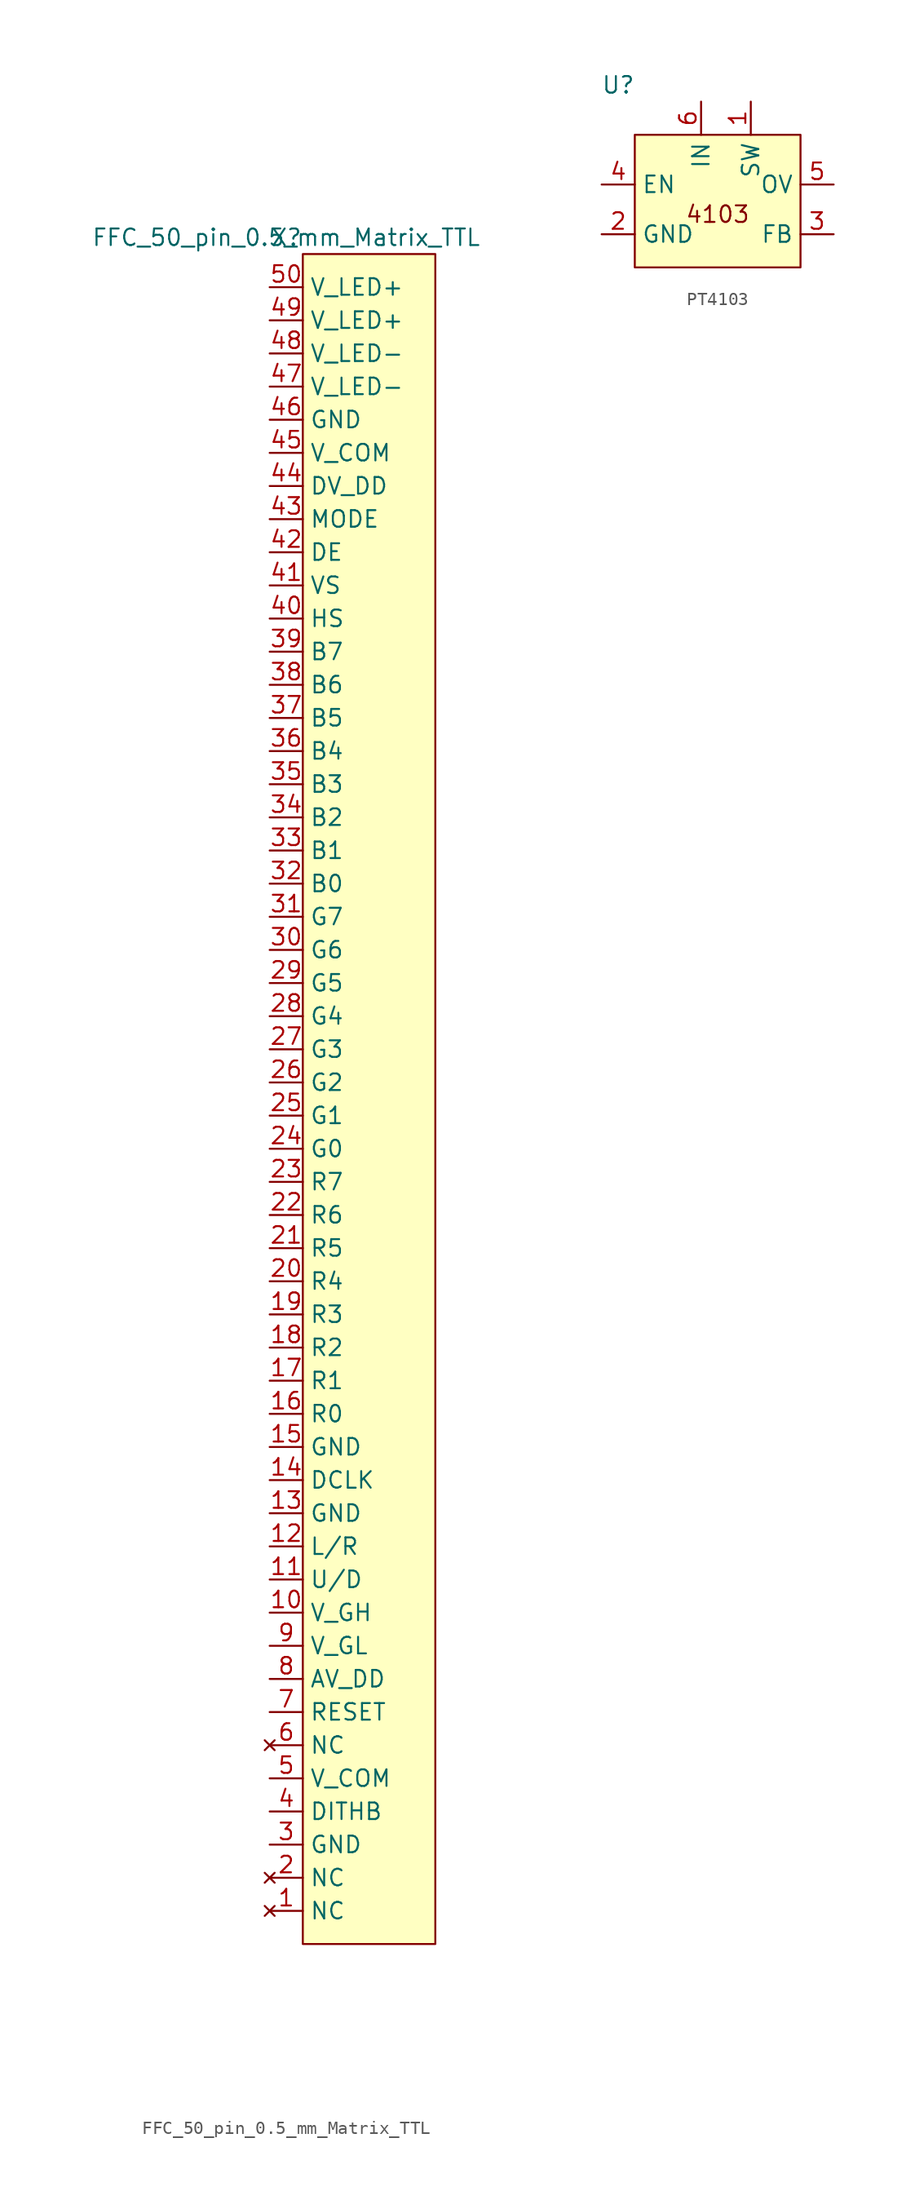
<source format=kicad_sym>
(kicad_symbol_lib
  (version 20220914)
  (generator kicad_symbol_editor)
  (symbol "FFC_50_pin_0.5_mm_Matrix_TTL"
    (property "Reference" "X"
      (at 20.32 -2.54 0)
      (effects (font (size 1.27 1.27))))
    (property "Value" "FFC_50_pin_0.5_mm_Matrix_TTL"
      (at 20.32 -2.54 0)
      (effects (font (size 1.27 1.27))))
    (symbol "FFC_50_pin_0.5_mm_Matrix_TTL_1_1"
      (rectangle (start 21.59 -3.81) (end 31.75 -133.35) (stroke (width 0) (type default)) (fill (type background)))
      (pin no_connect line (at 19.05 -130.81 0) (length 2.54) (name "NC" (effects (font (size 1.27 1.27)))) (number "1" (effects (font (size 1.27 1.27)))))
      (pin power_in line (at 19.05 -107.95 0) (length 2.54) (name "V_GH" (effects (font (size 1.27 1.27)))) (number "10" (effects (font (size 1.27 1.27)))))
      (pin output line (at 19.05 -105.41 0) (length 2.54) (name "U/D" (effects (font (size 1.27 1.27)))) (number "11" (effects (font (size 1.27 1.27)))))
      (pin output line (at 19.05 -102.87 0) (length 2.54) (name "L/R" (effects (font (size 1.27 1.27)))) (number "12" (effects (font (size 1.27 1.27)))))
      (pin power_in line (at 19.05 -100.33 0) (length 2.54) (name "GND" (effects (font (size 1.27 1.27)))) (number "13" (effects (font (size 1.27 1.27)))))
      (pin output line (at 19.05 -97.79 0) (length 2.54) (name "DCLK" (effects (font (size 1.27 1.27)))) (number "14" (effects (font (size 1.27 1.27)))))
      (pin power_in line (at 19.05 -95.25 0) (length 2.54) (name "GND" (effects (font (size 1.27 1.27)))) (number "15" (effects (font (size 1.27 1.27)))))
      (pin output line (at 19.05 -92.71 0) (length 2.54) (name "R0" (effects (font (size 1.27 1.27)))) (number "16" (effects (font (size 1.27 1.27)))))
      (pin output line (at 19.05 -90.17 0) (length 2.54) (name "R1" (effects (font (size 1.27 1.27)))) (number "17" (effects (font (size 1.27 1.27)))))
      (pin output line (at 19.05 -87.63 0) (length 2.54) (name "R2" (effects (font (size 1.27 1.27)))) (number "18" (effects (font (size 1.27 1.27)))))
      (pin output line (at 19.05 -85.09 0) (length 2.54) (name "R3" (effects (font (size 1.27 1.27)))) (number "19" (effects (font (size 1.27 1.27)))))
      (pin no_connect line (at 19.05 -128.27 0) (length 2.54) (name "NC" (effects (font (size 1.27 1.27)))) (number "2" (effects (font (size 1.27 1.27)))))
      (pin output line (at 19.05 -82.55 0) (length 2.54) (name "R4" (effects (font (size 1.27 1.27)))) (number "20" (effects (font (size 1.27 1.27)))))
      (pin output line (at 19.05 -80.01 0) (length 2.54) (name "R5" (effects (font (size 1.27 1.27)))) (number "21" (effects (font (size 1.27 1.27)))))
      (pin output line (at 19.05 -77.47 0) (length 2.54) (name "R6" (effects (font (size 1.27 1.27)))) (number "22" (effects (font (size 1.27 1.27)))))
      (pin output line (at 19.05 -74.93 0) (length 2.54) (name "R7" (effects (font (size 1.27 1.27)))) (number "23" (effects (font (size 1.27 1.27)))))
      (pin output line (at 19.05 -72.39 0) (length 2.54) (name "G0" (effects (font (size 1.27 1.27)))) (number "24" (effects (font (size 1.27 1.27)))))
      (pin output line (at 19.05 -69.85 0) (length 2.54) (name "G1" (effects (font (size 1.27 1.27)))) (number "25" (effects (font (size 1.27 1.27)))))
      (pin output line (at 19.05 -67.31 0) (length 2.54) (name "G2" (effects (font (size 1.27 1.27)))) (number "26" (effects (font (size 1.27 1.27)))))
      (pin output line (at 19.05 -64.77 0) (length 2.54) (name "G3" (effects (font (size 1.27 1.27)))) (number "27" (effects (font (size 1.27 1.27)))))
      (pin output line (at 19.05 -62.23 0) (length 2.54) (name "G4" (effects (font (size 1.27 1.27)))) (number "28" (effects (font (size 1.27 1.27)))))
      (pin output line (at 19.05 -59.69 0) (length 2.54) (name "G5" (effects (font (size 1.27 1.27)))) (number "29" (effects (font (size 1.27 1.27)))))
      (pin power_in line (at 19.05 -125.73 0) (length 2.54) (name "GND" (effects (font (size 1.27 1.27)))) (number "3" (effects (font (size 1.27 1.27)))))
      (pin output line (at 19.05 -57.15 0) (length 2.54) (name "G6" (effects (font (size 1.27 1.27)))) (number "30" (effects (font (size 1.27 1.27)))))
      (pin output line (at 19.05 -54.61 0) (length 2.54) (name "G7" (effects (font (size 1.27 1.27)))) (number "31" (effects (font (size 1.27 1.27)))))
      (pin output line (at 19.05 -52.07 0) (length 2.54) (name "B0" (effects (font (size 1.27 1.27)))) (number "32" (effects (font (size 1.27 1.27)))))
      (pin output line (at 19.05 -49.53 0) (length 2.54) (name "B1" (effects (font (size 1.27 1.27)))) (number "33" (effects (font (size 1.27 1.27)))))
      (pin output line (at 19.05 -46.99 0) (length 2.54) (name "B2" (effects (font (size 1.27 1.27)))) (number "34" (effects (font (size 1.27 1.27)))))
      (pin output line (at 19.05 -44.45 0) (length 2.54) (name "B3" (effects (font (size 1.27 1.27)))) (number "35" (effects (font (size 1.27 1.27)))))
      (pin output line (at 19.05 -41.91 0) (length 2.54) (name "B4" (effects (font (size 1.27 1.27)))) (number "36" (effects (font (size 1.27 1.27)))))
      (pin output line (at 19.05 -39.37 0) (length 2.54) (name "B5" (effects (font (size 1.27 1.27)))) (number "37" (effects (font (size 1.27 1.27)))))
      (pin output line (at 19.05 -36.83 0) (length 2.54) (name "B6" (effects (font (size 1.27 1.27)))) (number "38" (effects (font (size 1.27 1.27)))))
      (pin output line (at 19.05 -34.29 0) (length 2.54) (name "B7" (effects (font (size 1.27 1.27)))) (number "39" (effects (font (size 1.27 1.27)))))
      (pin power_in line (at 19.05 -123.19 0) (length 2.54) (name "DITHB" (effects (font (size 1.27 1.27)))) (number "4" (effects (font (size 1.27 1.27)))))
      (pin output line (at 19.05 -31.75 0) (length 2.54) (name "HS" (effects (font (size 1.27 1.27)))) (number "40" (effects (font (size 1.27 1.27)))))
      (pin output line (at 19.05 -29.21 0) (length 2.54) (name "VS" (effects (font (size 1.27 1.27)))) (number "41" (effects (font (size 1.27 1.27)))))
      (pin output line (at 19.05 -26.67 0) (length 2.54) (name "DE" (effects (font (size 1.27 1.27)))) (number "42" (effects (font (size 1.27 1.27)))))
      (pin output line (at 19.05 -24.13 0) (length 2.54) (name "MODE" (effects (font (size 1.27 1.27)))) (number "43" (effects (font (size 1.27 1.27)))))
      (pin power_in line (at 19.05 -21.59 0) (length 2.54) (name "DV_DD" (effects (font (size 1.27 1.27)))) (number "44" (effects (font (size 1.27 1.27)))))
      (pin power_in line (at 19.05 -19.05 0) (length 2.54) (name "V_COM" (effects (font (size 1.27 1.27)))) (number "45" (effects (font (size 1.27 1.27)))))
      (pin power_in line (at 19.05 -16.51 0) (length 2.54) (name "GND" (effects (font (size 1.27 1.27)))) (number "46" (effects (font (size 1.27 1.27)))))
      (pin power_in line (at 19.05 -13.97 0) (length 2.54) (name "V_LED-" (effects (font (size 1.27 1.27)))) (number "47" (effects (font (size 1.27 1.27)))))
      (pin power_in line (at 19.05 -11.43 0) (length 2.54) (name "V_LED-" (effects (font (size 1.27 1.27)))) (number "48" (effects (font (size 1.27 1.27)))))
      (pin power_in line (at 19.05 -8.89 0) (length 2.54) (name "V_LED+" (effects (font (size 1.27 1.27)))) (number "49" (effects (font (size 1.27 1.27)))))
      (pin power_in line (at 19.05 -120.65 0) (length 2.54) (name "V_COM" (effects (font (size 1.27 1.27)))) (number "5" (effects (font (size 1.27 1.27)))))
      (pin power_in line (at 19.05 -6.35 0) (length 2.54) (name "V_LED+" (effects (font (size 1.27 1.27)))) (number "50" (effects (font (size 1.27 1.27)))))
      (pin no_connect line (at 19.05 -118.11 0) (length 2.54) (name "NC" (effects (font (size 1.27 1.27)))) (number "6" (effects (font (size 1.27 1.27)))))
      (pin output line (at 19.05 -115.57 0) (length 2.54) (name "RESET" (effects (font (size 1.27 1.27)))) (number "7" (effects (font (size 1.27 1.27)))))
      (pin power_in line (at 19.05 -113.03 0) (length 2.54) (name "AV_DD" (effects (font (size 1.27 1.27)))) (number "8" (effects (font (size 1.27 1.27)))))
      (pin power_in line (at 19.05 -110.49 0) (length 2.54) (name "V_GL" (effects (font (size 1.27 1.27)))) (number "9" (effects (font (size 1.27 1.27)))))))
  (symbol "PT4103"
    (property "Reference" "U"
      (at 1.27 1.27 0)
      (effects (font (size 1.27 1.27))))
    (property "Value" ""
      (at 8.89 -0.508 0)
      (effects (font (size 1.27 1.27))))
    (symbol "PT4103_1_1"
      (rectangle (start 2.54 -2.54) (end 15.24 -12.7) (stroke (width 0) (type default)) (fill (type background)))
      (text "4103" (at 8.89 -8.636 0) (effects (font (size 1.27 1.27))))
      (pin output line (at 11.43 0 270) (length 2.54) (name "SW" (effects (font (size 1.27 1.27)))) (number "1" (effects (font (size 1.27 1.27)))))
      (pin power_in line (at 0 -10.16 0) (length 2.54) (name "GND" (effects (font (size 1.27 1.27)))) (number "2" (effects (font (size 1.27 1.27)))))
      (pin input line (at 17.78 -10.16 180) (length 2.54) (name "FB" (effects (font (size 1.27 1.27)))) (number "3" (effects (font (size 1.27 1.27)))))
      (pin input line (at 0 -6.35 0) (length 2.54) (name "EN" (effects (font (size 1.27 1.27)))) (number "4" (effects (font (size 1.27 1.27)))))
      (pin input line (at 17.78 -6.35 180) (length 2.54) (name "OV" (effects (font (size 1.27 1.27)))) (number "5" (effects (font (size 1.27 1.27)))))
      (pin input line (at 7.62 0 270) (length 2.54) (name "IN" (effects (font (size 1.27 1.27)))) (number "6" (effects (font (size 1.27 1.27))))))))
</source>
